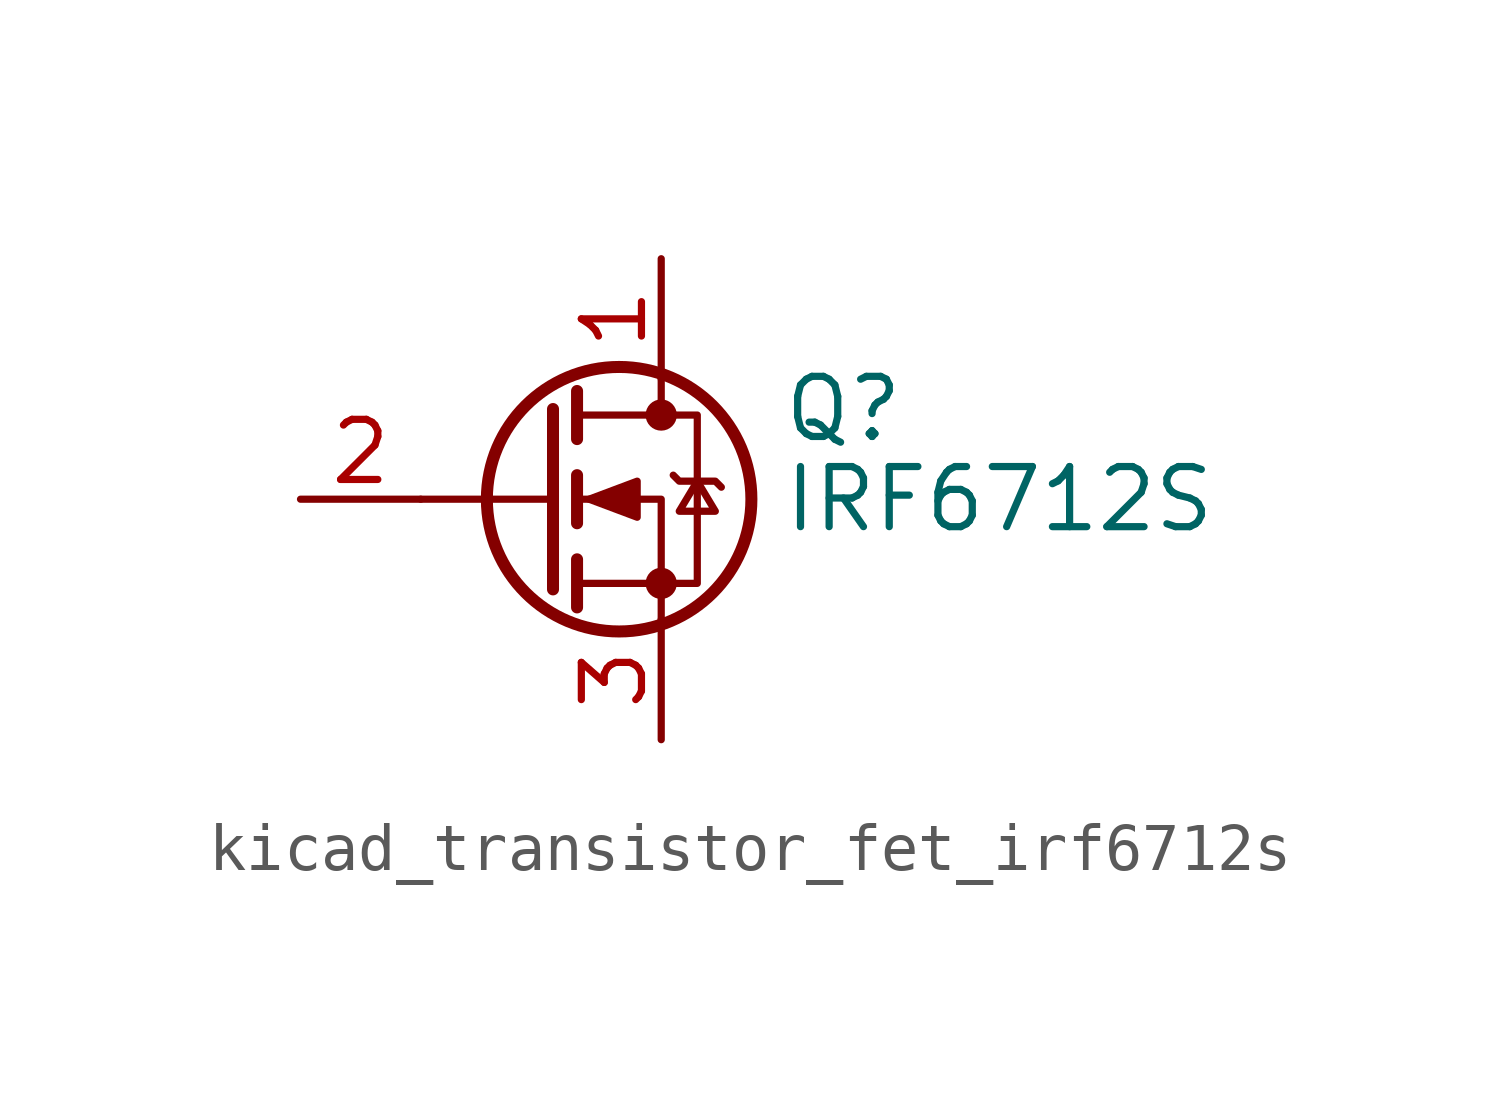
<source format=kicad_sym>
(kicad_symbol_lib
  (version 20220914)
  (generator kicad_symbol_editor)
  (symbol "kicad_transistor_fet_irf6712s"
    (pin_names hide)
    (property "Reference" "Q"
      (at 5.08 1.905 0)
      (effects (font (size 1.27 1.27)) (justify left)))
    (property "Value" "IRF6712S"
      (at 5.08 0 0)
      (effects (font (size 1.27 1.27)) (justify left)))
    (symbol "kicad_transistor_fet_irf6712s_0_1"
      (polyline (pts (xy 0.254 0) (xy -2.54 0)) (stroke (width 0) (type default)) (fill (type none)))
      (polyline (pts (xy 0.254 1.905) (xy 0.254 -1.905)) (stroke (width 0.254) (type default)) (fill (type none)))
      (polyline (pts (xy 0.762 -1.27) (xy 0.762 -2.286)) (stroke (width 0.254) (type default)) (fill (type none)))
      (polyline (pts (xy 0.762 0.508) (xy 0.762 -0.508)) (stroke (width 0.254) (type default)) (fill (type none)))
      (polyline (pts (xy 0.762 2.286) (xy 0.762 1.27)) (stroke (width 0.254) (type default)) (fill (type none)))
      (polyline (pts (xy 2.54 2.54) (xy 2.54 1.778)) (stroke (width 0) (type default)) (fill (type none)))
      (polyline (pts (xy 2.54 -2.54) (xy 2.54 0) (xy 0.762 0)) (stroke (width 0) (type default)) (fill (type none)))
      (polyline (pts (xy 0.762 -1.778) (xy 3.302 -1.778) (xy 3.302 1.778) (xy 0.762 1.778)) (stroke (width 0) (type default)) (fill (type none)))
      (polyline (pts (xy 1.016 0) (xy 2.032 0.381) (xy 2.032 -0.381) (xy 1.016 0)) (stroke (width 0) (type default)) (fill (type outline)))
      (polyline (pts (xy 2.794 0.508) (xy 2.921 0.381) (xy 3.683 0.381) (xy 3.81 0.254)) (stroke (width 0) (type default)) (fill (type none)))
      (polyline (pts (xy 3.302 0.381) (xy 2.921 -0.254) (xy 3.683 -0.254) (xy 3.302 0.381)) (stroke (width 0) (type default)) (fill (type none)))
      (circle (center 1.651 0) (radius 2.794) (stroke (width 0.254) (type default)) (fill (type none)))
      (circle (center 2.54 -1.778) (radius 0.254) (stroke (width 0) (type default)) (fill (type outline)))
      (circle (center 2.54 1.778) (radius 0.254) (stroke (width 0) (type default)) (fill (type outline))))
    (symbol "kicad_transistor_fet_irf6712s_1_1"
      (pin passive line (at 2.54 5.08 270) (length 2.54) (name "D" (effects (font (size 1.27 1.27)))) (number "1" (effects (font (size 1.27 1.27)))))
      (pin input line (at -5.08 0 0) (length 2.54) (name "G" (effects (font (size 1.27 1.27)))) (number "2" (effects (font (size 1.27 1.27)))))
      (pin passive line (at 2.54 -5.08 90) (length 2.54) (name "S" (effects (font (size 1.27 1.27)))) (number "3" (effects (font (size 1.27 1.27))))))))
</source>
